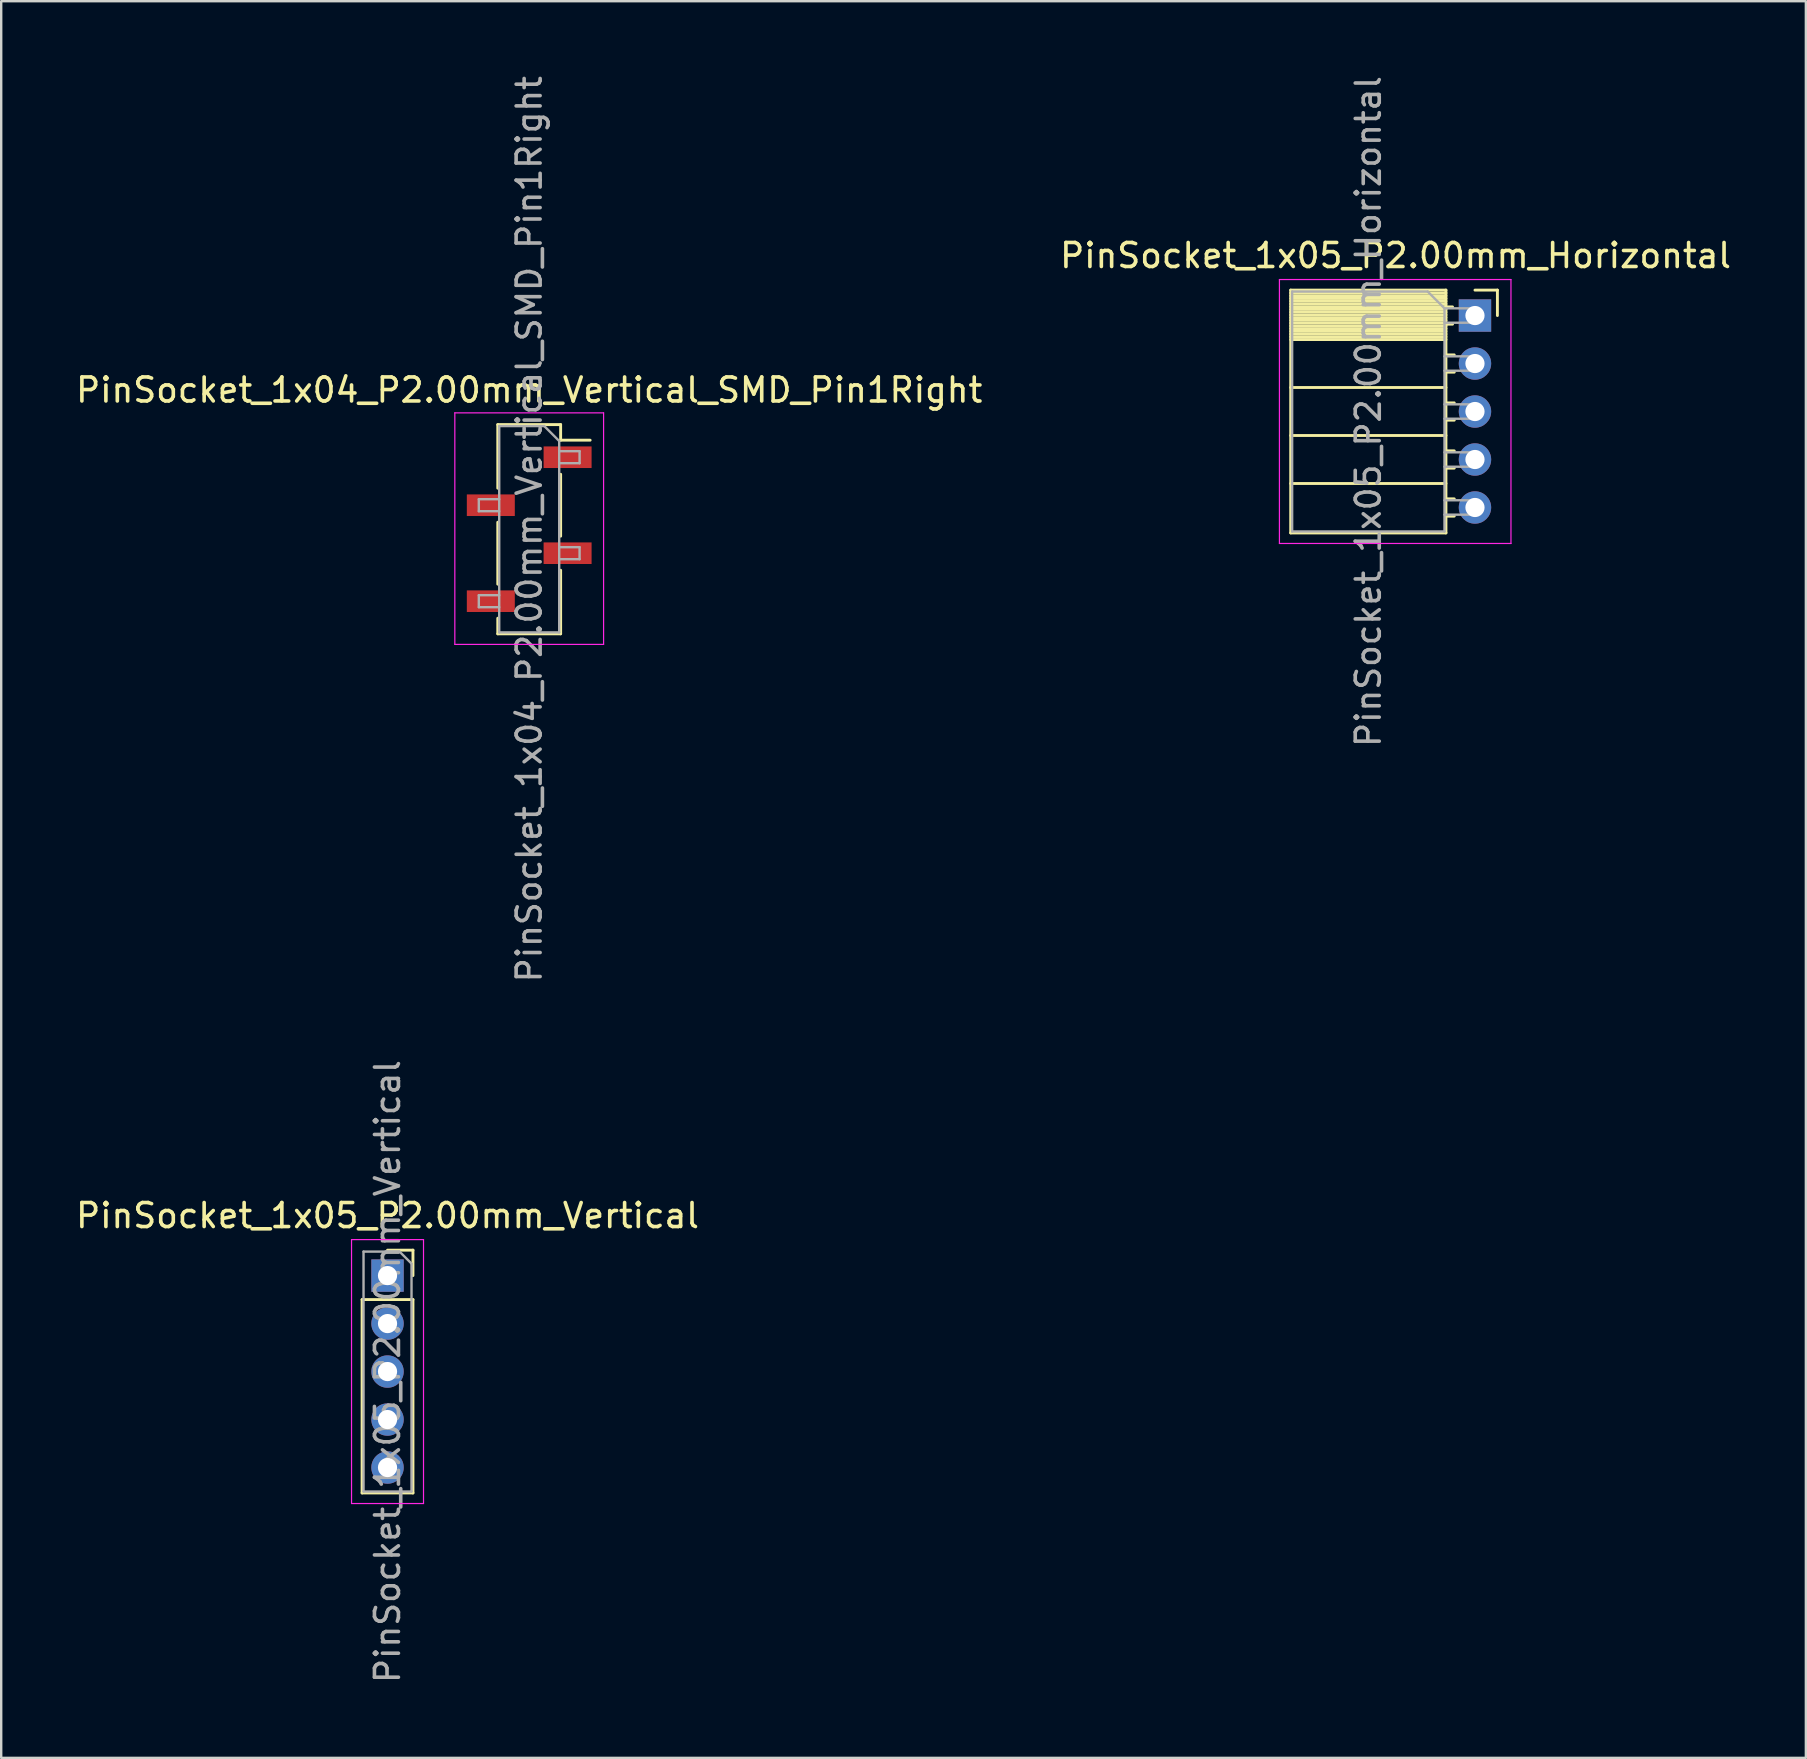
<source format=kicad_pcb>
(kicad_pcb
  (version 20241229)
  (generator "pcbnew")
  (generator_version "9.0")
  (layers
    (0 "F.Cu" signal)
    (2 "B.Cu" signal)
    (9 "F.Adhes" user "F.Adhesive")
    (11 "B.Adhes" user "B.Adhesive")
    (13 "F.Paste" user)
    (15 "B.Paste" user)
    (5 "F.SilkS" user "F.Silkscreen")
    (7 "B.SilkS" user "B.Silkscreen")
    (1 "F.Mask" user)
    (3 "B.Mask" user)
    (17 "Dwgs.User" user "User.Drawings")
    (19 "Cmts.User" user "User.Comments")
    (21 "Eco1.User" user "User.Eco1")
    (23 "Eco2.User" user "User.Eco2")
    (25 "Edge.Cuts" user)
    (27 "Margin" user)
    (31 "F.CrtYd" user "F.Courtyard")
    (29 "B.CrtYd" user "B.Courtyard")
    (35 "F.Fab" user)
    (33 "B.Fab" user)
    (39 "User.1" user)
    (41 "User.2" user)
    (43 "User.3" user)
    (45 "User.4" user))
  (footprint "PinSocket_1x05_P2.00mm_Horizontal"
    (layer "F.Cu")
    (at 58.423 10.101)
    (property "Reference" "PinSocket_1x05_P2.00mm_Horizontal" (at -3.31 -2.5 0) (layer "F.SilkS") (effects (font (size 1 1) (thickness 0.15))))
    (attr through_hole)
    (fp_line (start -7.68 -1.06) (end -7.68 9.06) (stroke (width 0.12) (type solid)) (layer "F.SilkS"))
    (fp_line (start -7.68 -1.06) (end -1.21 -1.06) (stroke (width 0.12) (type solid)) (layer "F.SilkS"))
    (fp_line (start -7.68 -0.94) (end -1.21 -0.94) (stroke (width 0.12) (type solid)) (layer "F.SilkS"))
    (fp_line (start -7.68 -0.826) (end -1.21 -0.826) (stroke (width 0.12) (type solid)) (layer "F.SilkS"))
    (fp_line (start -7.68 -0.712) (end -1.21 -0.712) (stroke (width 0.12) (type solid)) (layer "F.SilkS"))
    (fp_line (start -7.68 -0.598) (end -1.21 -0.598) (stroke (width 0.12) (type solid)) (layer "F.SilkS"))
    (fp_line (start -7.68 -0.484) (end -1.21 -0.484) (stroke (width 0.12) (type solid)) (layer "F.SilkS"))
    (fp_line (start -7.68 -0.369) (end -1.21 -0.369) (stroke (width 0.12) (type solid)) (layer "F.SilkS"))
    (fp_line (start -7.68 -0.255) (end -1.21 -0.255) (stroke (width 0.12) (type solid)) (layer "F.SilkS"))
    (fp_line (start -7.68 -0.141) (end -1.21 -0.141) (stroke (width 0.12) (type solid)) (layer "F.SilkS"))
    (fp_line (start -7.68 -0.027) (end -1.21 -0.027) (stroke (width 0.12) (type solid)) (layer "F.SilkS"))
    (fp_line (start -7.68 0.087) (end -1.21 0.087) (stroke (width 0.12) (type solid)) (layer "F.SilkS"))
    (fp_line (start -7.68 0.201) (end -1.21 0.201) (stroke (width 0.12) (type solid)) (layer "F.SilkS"))
    (fp_line (start -7.68 0.315) (end -1.21 0.315) (stroke (width 0.12) (type solid)) (layer "F.SilkS"))
    (fp_line (start -7.68 0.429) (end -1.21 0.429) (stroke (width 0.12) (type solid)) (layer "F.SilkS"))
    (fp_line (start -7.68 0.544) (end -1.21 0.544) (stroke (width 0.12) (type solid)) (layer "F.SilkS"))
    (fp_line (start -7.68 0.658) (end -1.21 0.658) (stroke (width 0.12) (type solid)) (layer "F.SilkS"))
    (fp_line (start -7.68 0.772) (end -1.21 0.772) (stroke (width 0.12) (type solid)) (layer "F.SilkS"))
    (fp_line (start -7.68 0.886) (end -1.21 0.886) (stroke (width 0.12) (type solid)) (layer "F.SilkS"))
    (fp_line (start -7.68 1) (end -1.21 1) (stroke (width 0.12) (type solid)) (layer "F.SilkS"))
    (fp_line (start -7.68 3) (end -1.21 3) (stroke (width 0.12) (type solid)) (layer "F.SilkS"))
    (fp_line (start -7.68 5) (end -1.21 5) (stroke (width 0.12) (type solid)) (layer "F.SilkS"))
    (fp_line (start -7.68 7) (end -1.21 7) (stroke (width 0.12) (type solid)) (layer "F.SilkS"))
    (fp_line (start -7.68 9.06) (end -1.21 9.06) (stroke (width 0.12) (type solid)) (layer "F.SilkS"))
    (fp_line (start -1.21 -1.06) (end -1.21 9.06) (stroke (width 0.12) (type solid)) (layer "F.SilkS"))
    (fp_line (start -1.21 -0.36) (end -0.935 -0.36) (stroke (width 0.12) (type solid)) (layer "F.SilkS"))
    (fp_line (start -1.21 0.36) (end -0.935 0.36) (stroke (width 0.12) (type solid)) (layer "F.SilkS"))
    (fp_line (start -1.21 1.64) (end -0.863 1.64) (stroke (width 0.12) (type solid)) (layer "F.SilkS"))
    (fp_line (start -1.21 2.36) (end -0.863 2.36) (stroke (width 0.12) (type solid)) (layer "F.SilkS"))
    (fp_line (start -1.21 3.64) (end -0.863 3.64) (stroke (width 0.12) (type solid)) (layer "F.SilkS"))
    (fp_line (start -1.21 4.36) (end -0.863 4.36) (stroke (width 0.12) (type solid)) (layer "F.SilkS"))
    (fp_line (start -1.21 5.64) (end -0.863 5.64) (stroke (width 0.12) (type solid)) (layer "F.SilkS"))
    (fp_line (start -1.21 6.36) (end -0.863 6.36) (stroke (width 0.12) (type solid)) (layer "F.SilkS"))
    (fp_line (start -1.21 7.64) (end -0.863 7.64) (stroke (width 0.12) (type solid)) (layer "F.SilkS"))
    (fp_line (start -1.21 8.36) (end -0.863 8.36) (stroke (width 0.12) (type solid)) (layer "F.SilkS"))
    (fp_line (start 0 -1.06) (end 0.935 -1.06) (stroke (width 0.12) (type solid)) (layer "F.SilkS"))
    (fp_line (start 0.935 -1.06) (end 0.935 0) (stroke (width 0.12) (type solid)) (layer "F.SilkS"))
    (fp_line (start -8.15 -1.5) (end -8.15 9.5) (stroke (width 0.05) (type solid)) (layer "F.CrtYd"))
    (fp_line (start -8.15 9.5) (end 1.5 9.5) (stroke (width 0.05) (type solid)) (layer "F.CrtYd"))
    (fp_line (start 1.5 -1.5) (end -8.15 -1.5) (stroke (width 0.05) (type solid)) (layer "F.CrtYd"))
    (fp_line (start 1.5 9.5) (end 1.5 -1.5) (stroke (width 0.05) (type solid)) (layer "F.CrtYd"))
    (fp_line (start -7.62 -1) (end -1.97 -1) (stroke (width 0.1) (type solid)) (layer "F.Fab"))
    (fp_line (start -7.62 9) (end -7.62 -1) (stroke (width 0.1) (type solid)) (layer "F.Fab"))
    (fp_line (start -1.97 -1) (end -1.27 -0.3) (stroke (width 0.1) (type solid)) (layer "F.Fab"))
    (fp_line (start -1.27 -0.3) (end -1.27 9) (stroke (width 0.1) (type solid)) (layer "F.Fab"))
    (fp_line (start -1.27 0.3) (end 0 0.3) (stroke (width 0.1) (type solid)) (layer "F.Fab"))
    (fp_line (start -1.27 2.3) (end 0 2.3) (stroke (width 0.1) (type solid)) (layer "F.Fab"))
    (fp_line (start -1.27 4.3) (end 0 4.3) (stroke (width 0.1) (type solid)) (layer "F.Fab"))
    (fp_line (start -1.27 6.3) (end 0 6.3) (stroke (width 0.1) (type solid)) (layer "F.Fab"))
    (fp_line (start -1.27 8.3) (end 0 8.3) (stroke (width 0.1) (type solid)) (layer "F.Fab"))
    (fp_line (start -1.27 9) (end -7.62 9) (stroke (width 0.1) (type solid)) (layer "F.Fab"))
    (fp_line (start 0 -0.3) (end -1.27 -0.3) (stroke (width 0.1) (type solid)) (layer "F.Fab"))
    (fp_line (start 0 0.3) (end 0 -0.3) (stroke (width 0.1) (type solid)) (layer "F.Fab"))
    (fp_line (start 0 1.7) (end -1.27 1.7) (stroke (width 0.1) (type solid)) (layer "F.Fab"))
    (fp_line (start 0 2.3) (end 0 1.7) (stroke (width 0.1) (type solid)) (layer "F.Fab"))
    (fp_line (start 0 3.7) (end -1.27 3.7) (stroke (width 0.1) (type solid)) (layer "F.Fab"))
    (fp_line (start 0 4.3) (end 0 3.7) (stroke (width 0.1) (type solid)) (layer "F.Fab"))
    (fp_line (start 0 5.7) (end -1.27 5.7) (stroke (width 0.1) (type solid)) (layer "F.Fab"))
    (fp_line (start 0 6.3) (end 0 5.7) (stroke (width 0.1) (type solid)) (layer "F.Fab"))
    (fp_line (start 0 7.7) (end -1.27 7.7) (stroke (width 0.1) (type solid)) (layer "F.Fab"))
    (fp_line (start 0 8.3) (end 0 7.7) (stroke (width 0.1) (type solid)) (layer "F.Fab"))
    (fp_text user "${REFERENCE}" (at -4.445 4 90) (layer "F.Fab") (effects (font (size 1 1) (thickness 0.15))))
    (pad "1" thru_hole rect (at 0 0) (size 1.35 1.35) (drill 0.8) (layers "*.Cu" "*.Mask"))
    (pad "2" thru_hole oval (at 0 2) (size 1.35 1.35) (drill 0.8) (layers "*.Cu" "*.Mask"))
    (pad "3" thru_hole oval (at 0 4) (size 1.35 1.35) (drill 0.8) (layers "*.Cu" "*.Mask"))
    (pad "4" thru_hole oval (at 0 6) (size 1.35 1.35) (drill 0.8) (layers "*.Cu" "*.Mask"))
    (pad "5" thru_hole oval (at 0 8) (size 1.35 1.35) (drill 0.8) (layers "*.Cu" "*.Mask")))
  (footprint "PinSocket_1x05_P2.00mm_Vertical"
    (layer "F.Cu")
    (at 13.101 50.113)
    (property "Reference" "PinSocket_1x05_P2.00mm_Vertical" (at 0 -2.5 0) (layer "F.SilkS") (effects (font (size 1 1) (thickness 0.15))))
    (attr through_hole)
    (fp_line (start -1.06 1) (end -1.06 9.06) (stroke (width 0.12) (type solid)) (layer "F.SilkS"))
    (fp_line (start -1.06 1) (end 1.06 1) (stroke (width 0.12) (type solid)) (layer "F.SilkS"))
    (fp_line (start -1.06 9.06) (end 1.06 9.06) (stroke (width 0.12) (type solid)) (layer "F.SilkS"))
    (fp_line (start 0 -1.06) (end 1.06 -1.06) (stroke (width 0.12) (type solid)) (layer "F.SilkS"))
    (fp_line (start 1.06 -1.06) (end 1.06 0) (stroke (width 0.12) (type solid)) (layer "F.SilkS"))
    (fp_line (start 1.06 1) (end 1.06 9.06) (stroke (width 0.12) (type solid)) (layer "F.SilkS"))
    (fp_line (start -1.5 -1.5) (end 1.5 -1.5) (stroke (width 0.05) (type solid)) (layer "F.CrtYd"))
    (fp_line (start -1.5 9.5) (end -1.5 -1.5) (stroke (width 0.05) (type solid)) (layer "F.CrtYd"))
    (fp_line (start 1.5 -1.5) (end 1.5 9.5) (stroke (width 0.05) (type solid)) (layer "F.CrtYd"))
    (fp_line (start 1.5 9.5) (end -1.5 9.5) (stroke (width 0.05) (type solid)) (layer "F.CrtYd"))
    (fp_line (start -1 -1) (end 0.5 -1) (stroke (width 0.1) (type solid)) (layer "F.Fab"))
    (fp_line (start -1 9) (end -1 -1) (stroke (width 0.1) (type solid)) (layer "F.Fab"))
    (fp_line (start 0.5 -1) (end 1 -0.5) (stroke (width 0.1) (type solid)) (layer "F.Fab"))
    (fp_line (start 1 -0.5) (end 1 9) (stroke (width 0.1) (type solid)) (layer "F.Fab"))
    (fp_line (start 1 9) (end -1 9) (stroke (width 0.1) (type solid)) (layer "F.Fab"))
    (fp_text user "${REFERENCE}" (at 0 4 90) (layer "F.Fab") (effects (font (size 1 1) (thickness 0.15))))
    (pad "1" thru_hole rect (at 0 0) (size 1.35 1.35) (drill 0.8) (layers "*.Cu" "*.Mask"))
    (pad "2" thru_hole oval (at 0 2) (size 1.35 1.35) (drill 0.8) (layers "*.Cu" "*.Mask"))
    (pad "3" thru_hole oval (at 0 4) (size 1.35 1.35) (drill 0.8) (layers "*.Cu" "*.Mask"))
    (pad "4" thru_hole oval (at 0 6) (size 1.35 1.35) (drill 0.8) (layers "*.Cu" "*.Mask"))
    (pad "5" thru_hole oval (at 0 8) (size 1.35 1.35) (drill 0.8) (layers "*.Cu" "*.Mask")))
  (footprint "PinSocket_1x04_P2.00mm_Vertical_SMD_Pin1Right"
    (layer "F.Cu")
    (at 19.006 19.006)
    (property "Reference" "PinSocket_1x04_P2.00mm_Vertical_SMD_Pin1Right" (at 0 -5.8 0) (layer "F.SilkS") (effects (font (size 1 1) (thickness 0.15))))
    (attr smd)
    (fp_line (start -1.31 -4.36) (end -1.31 -1.71) (stroke (width 0.12) (type solid)) (layer "F.SilkS"))
    (fp_line (start -1.31 -4.36) (end 1.31 -4.36) (stroke (width 0.12) (type solid)) (layer "F.SilkS"))
    (fp_line (start -1.31 -0.29) (end -1.31 2.29) (stroke (width 0.12) (type solid)) (layer "F.SilkS"))
    (fp_line (start -1.31 3.71) (end -1.31 4.36) (stroke (width 0.12) (type solid)) (layer "F.SilkS"))
    (fp_line (start -1.31 4.36) (end 1.31 4.36) (stroke (width 0.12) (type solid)) (layer "F.SilkS"))
    (fp_line (start 1.31 -4.36) (end 1.31 -3.71) (stroke (width 0.12) (type solid)) (layer "F.SilkS"))
    (fp_line (start 1.31 -3.71) (end 2.54 -3.71) (stroke (width 0.12) (type solid)) (layer "F.SilkS"))
    (fp_line (start 1.31 -2.29) (end 1.31 0.29) (stroke (width 0.12) (type solid)) (layer "F.SilkS"))
    (fp_line (start 1.31 1.71) (end 1.31 4.36) (stroke (width 0.12) (type solid)) (layer "F.SilkS"))
    (fp_line (start -3.1 -4.85) (end 3.1 -4.85) (stroke (width 0.05) (type solid)) (layer "F.CrtYd"))
    (fp_line (start -3.1 4.8) (end -3.1 -4.85) (stroke (width 0.05) (type solid)) (layer "F.CrtYd"))
    (fp_line (start 3.1 -4.85) (end 3.1 4.8) (stroke (width 0.05) (type solid)) (layer "F.CrtYd"))
    (fp_line (start 3.1 4.8) (end -3.1 4.8) (stroke (width 0.05) (type solid)) (layer "F.CrtYd"))
    (fp_line (start -2.1 -1.25) (end -1.25 -1.25) (stroke (width 0.1) (type solid)) (layer "F.Fab"))
    (fp_line (start -2.1 -0.75) (end -2.1 -1.25) (stroke (width 0.1) (type solid)) (layer "F.Fab"))
    (fp_line (start -2.1 2.75) (end -1.25 2.75) (stroke (width 0.1) (type solid)) (layer "F.Fab"))
    (fp_line (start -2.1 3.25) (end -2.1 2.75) (stroke (width 0.1) (type solid)) (layer "F.Fab"))
    (fp_line (start -1.25 -4.3) (end 0.625 -4.3) (stroke (width 0.1) (type solid)) (layer "F.Fab"))
    (fp_line (start -1.25 -0.75) (end -2.1 -0.75) (stroke (width 0.1) (type solid)) (layer "F.Fab"))
    (fp_line (start -1.25 3.25) (end -2.1 3.25) (stroke (width 0.1) (type solid)) (layer "F.Fab"))
    (fp_line (start -1.25 4.3) (end -1.25 -4.3) (stroke (width 0.1) (type solid)) (layer "F.Fab"))
    (fp_line (start 0.625 -4.3) (end 1.25 -3.675) (stroke (width 0.1) (type solid)) (layer "F.Fab"))
    (fp_line (start 1.25 -3.675) (end 1.25 4.3) (stroke (width 0.1) (type solid)) (layer "F.Fab"))
    (fp_line (start 1.25 -3.25) (end 2.1 -3.25) (stroke (width 0.1) (type solid)) (layer "F.Fab"))
    (fp_line (start 1.25 0.75) (end 2.1 0.75) (stroke (width 0.1) (type solid)) (layer "F.Fab"))
    (fp_line (start 1.25 4.3) (end -1.25 4.3) (stroke (width 0.1) (type solid)) (layer "F.Fab"))
    (fp_line (start 2.1 -3.25) (end 2.1 -2.75) (stroke (width 0.1) (type solid)) (layer "F.Fab"))
    (fp_line (start 2.1 -2.75) (end 1.25 -2.75) (stroke (width 0.1) (type solid)) (layer "F.Fab"))
    (fp_line (start 2.1 0.75) (end 2.1 1.25) (stroke (width 0.1) (type solid)) (layer "F.Fab"))
    (fp_line (start 2.1 1.25) (end 1.25 1.25) (stroke (width 0.1) (type solid)) (layer "F.Fab"))
    (fp_text user "${REFERENCE}" (at 0 0 90) (layer "F.Fab") (effects (font (size 1 1) (thickness 0.15))))
    (pad "1" smd rect (at 1.6 -3) (size 2 0.9) (layers "F.Cu" "F.Mask" "F.Paste"))
    (pad "2" smd rect (at -1.6 -1) (size 2 0.9) (layers "F.Cu" "F.Mask" "F.Paste"))
    (pad "3" smd rect (at 1.6 1) (size 2 0.9) (layers "F.Cu" "F.Mask" "F.Paste"))
    (pad "4" smd rect (at -1.6 3) (size 2 0.9) (layers "F.Cu" "F.Mask" "F.Paste")))
  (gr_rect
    (start -3 -3)
    (end 72.214 70.214)
    (stroke (width 0.1) (type default))
    (fill no)
    (layer "Edge.Cuts")))
</source>
